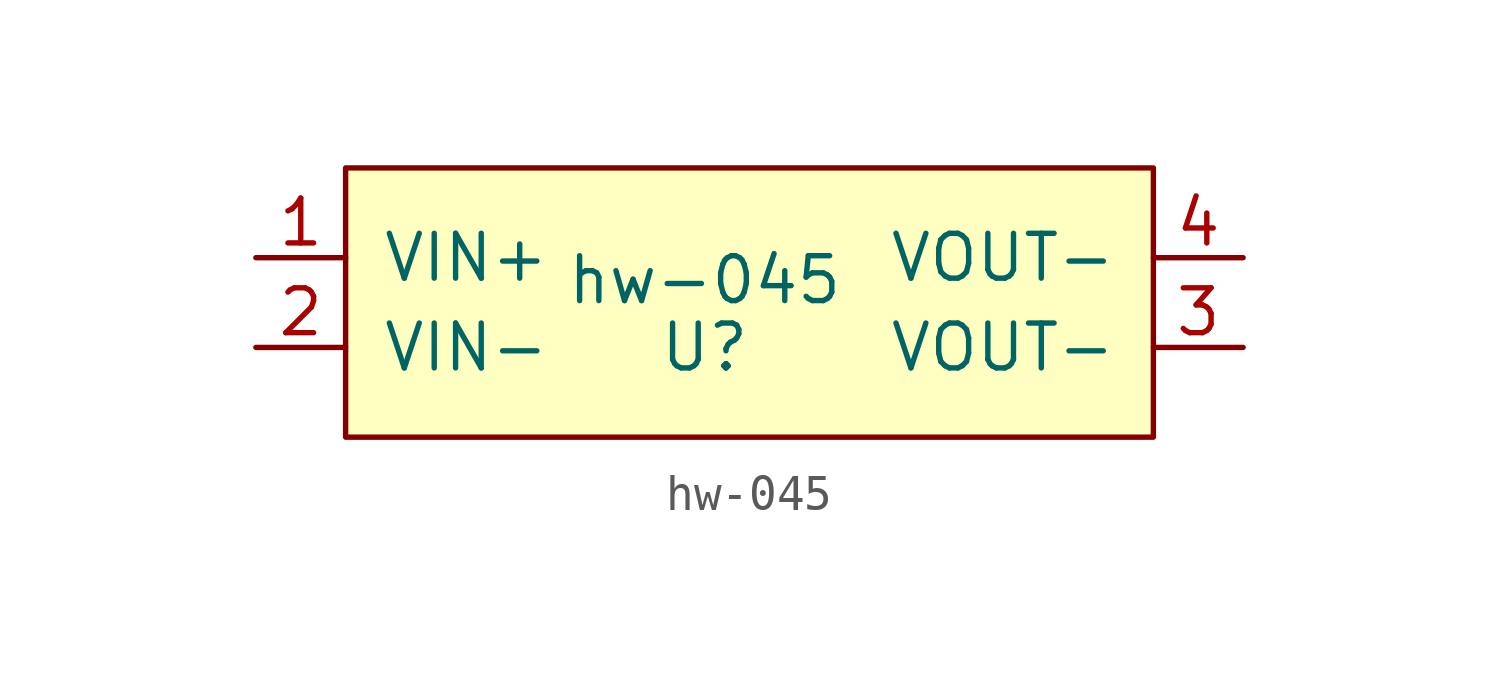
<source format=kicad_sym>
(kicad_symbol_lib
  (version 20231120)
  (generator "kicad_symbol_editor")
  (generator_version "8.0")
  (symbol "hw-045"
    (pin_names
      (offset 1.016))
    (property "Reference" "U"
      (at 0 0 0)
      (effects (font (size 1.27 1.27))))
    (property "Value" "hw-045"
      (at 0 1.905 0)
      (effects (font (size 1.27 1.27))))
    (symbol "hw-045_0_1"
      (rectangle (start -10.16 5.08) (end 12.7 -2.54) (stroke (width 0) (type solid)) (fill (type background))))
    (symbol "hw-045_1_1"
      (pin input line (at -12.7 2.54 0) (length 2.54) (name "VIN+" (effects (font (size 1.27 1.27)))) (number "1" (effects (font (size 1.27 1.27)))))
      (pin input line (at -12.7 0 0) (length 2.54) (name "VIN-" (effects (font (size 1.27 1.27)))) (number "2" (effects (font (size 1.27 1.27)))))
      (pin input line (at 15.24 0 180) (length 2.54) (name "VOUT-" (effects (font (size 1.27 1.27)))) (number "3" (effects (font (size 1.27 1.27)))))
      (pin input line (at 15.24 2.54 180) (length 2.54) (name "VOUT-" (effects (font (size 1.27 1.27)))) (number "4" (effects (font (size 1.27 1.27))))))))
</source>
